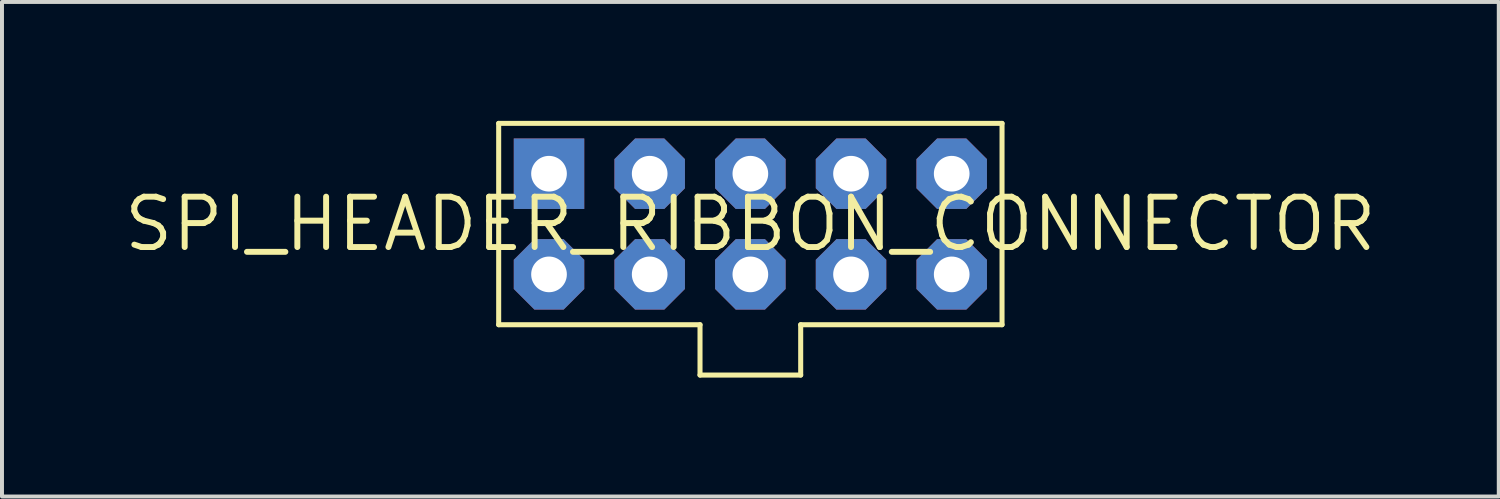
<source format=kicad_pcb>
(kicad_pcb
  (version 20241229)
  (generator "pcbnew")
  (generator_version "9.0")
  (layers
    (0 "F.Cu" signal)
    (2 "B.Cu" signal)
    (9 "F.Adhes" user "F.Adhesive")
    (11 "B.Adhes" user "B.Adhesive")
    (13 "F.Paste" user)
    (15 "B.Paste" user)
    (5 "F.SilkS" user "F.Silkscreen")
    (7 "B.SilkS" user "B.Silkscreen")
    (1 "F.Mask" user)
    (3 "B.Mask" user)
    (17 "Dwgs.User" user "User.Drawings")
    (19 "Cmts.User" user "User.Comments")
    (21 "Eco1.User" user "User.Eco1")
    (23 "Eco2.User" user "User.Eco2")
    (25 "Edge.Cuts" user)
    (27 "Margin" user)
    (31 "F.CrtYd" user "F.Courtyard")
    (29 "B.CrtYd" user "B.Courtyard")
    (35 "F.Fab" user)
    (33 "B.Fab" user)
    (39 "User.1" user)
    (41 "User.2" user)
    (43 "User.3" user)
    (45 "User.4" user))
  (footprint "SPI_HEADER_RIBBON_CONNECTOR"
    (layer "F.Cu")
    (at 15.882 2.603)
    (property "Reference" "SPI_HEADER_RIBBON_CONNECTOR" (at 0 0 0) (layer "F.SilkS") (effects (font (size 1.27 1.27) (thickness 0.15))))
    (fp_line (start -6.35 -2.54) (end -6.35 2.54) (stroke (width 0.127) (type solid)) (layer "F.SilkS"))
    (fp_line (start -6.35 2.54) (end -1.27 2.54) (stroke (width 0.127) (type solid)) (layer "F.SilkS"))
    (fp_line (start -1.27 2.54) (end -1.27 3.81) (stroke (width 0.127) (type solid)) (layer "F.SilkS"))
    (fp_line (start -1.27 3.81) (end 1.27 3.81) (stroke (width 0.127) (type solid)) (layer "F.SilkS"))
    (fp_line (start 1.27 2.54) (end 6.35 2.54) (stroke (width 0.127) (type solid)) (layer "F.SilkS"))
    (fp_line (start 1.27 3.81) (end 1.27 2.54) (stroke (width 0.127) (type solid)) (layer "F.SilkS"))
    (fp_line (start 6.35 -2.54) (end -6.35 -2.54) (stroke (width 0.127) (type solid)) (layer "F.SilkS"))
    (fp_line (start 6.35 2.54) (end 6.35 -2.54) (stroke (width 0.127) (type solid)) (layer "F.SilkS"))
    (pad "3V3" thru_hole rect (at -5.08 -1.27) (size 1.778 1.778) (drill 0.9) (layers "*.Cu" "*.Mask"))
    (pad "5V" thru_hole roundrect (at -2.54 -1.27) (size 1.778 1.778) (drill 0.9) (layers "*.Cu" "*.Mask") (roundrect_rratio 0.25) (chamfer_ratio 0.293) (chamfer top_left top_right bottom_left bottom_right))
    (pad "GND" thru_hole roundrect (at 0 -1.27) (size 1.778 1.778) (drill 0.9) (layers "*.Cu" "*.Mask") (roundrect_rratio 0.25) (chamfer_ratio 0.293) (chamfer top_left top_right bottom_left bottom_right))
    (pad "MISO" thru_hole roundrect (at 5.08 1.27) (size 1.778 1.778) (drill 0.9) (layers "*.Cu" "*.Mask") (roundrect_rratio 0.25) (chamfer_ratio 0.293) (chamfer top_left top_right bottom_left bottom_right))
    (pad "MOSI" thru_hole roundrect (at 5.08 -1.27) (size 1.778 1.778) (drill 0.9) (layers "*.Cu" "*.Mask") (roundrect_rratio 0.25) (chamfer_ratio 0.293) (chamfer top_left top_right bottom_left bottom_right))
    (pad "SCK" thru_hole roundrect (at 2.54 -1.27) (size 1.778 1.778) (drill 0.9) (layers "*.Cu" "*.Mask") (roundrect_rratio 0.25) (chamfer_ratio 0.293) (chamfer top_left top_right bottom_left bottom_right))
    (pad "SD_CS" thru_hole roundrect (at 2.54 1.27) (size 1.778 1.778) (drill 0.9) (layers "*.Cu" "*.Mask") (roundrect_rratio 0.25) (chamfer_ratio 0.293) (chamfer top_left top_right bottom_left bottom_right))
    (pad "SPKR" thru_hole roundrect (at -5.08 1.27) (size 1.778 1.778) (drill 0.9) (layers "*.Cu" "*.Mask") (roundrect_rratio 0.25) (chamfer_ratio 0.293) (chamfer top_left top_right bottom_left bottom_right))
    (pad "TFT_CS" thru_hole roundrect (at 0 1.27) (size 1.778 1.778) (drill 0.9) (layers "*.Cu" "*.Mask") (roundrect_rratio 0.25) (chamfer_ratio 0.293) (chamfer top_left top_right bottom_left bottom_right))
    (pad "TFT_DC" thru_hole roundrect (at -2.54 1.27) (size 1.778 1.778) (drill 0.9) (layers "*.Cu" "*.Mask") (roundrect_rratio 0.25) (chamfer_ratio 0.293) (chamfer top_left top_right bottom_left bottom_right)))
  (gr_rect
    (start -3 -3)
    (end 34.765 9.477)
    (stroke (width 0.1) (type default))
    (fill no)
    (layer "Edge.Cuts")))
</source>
